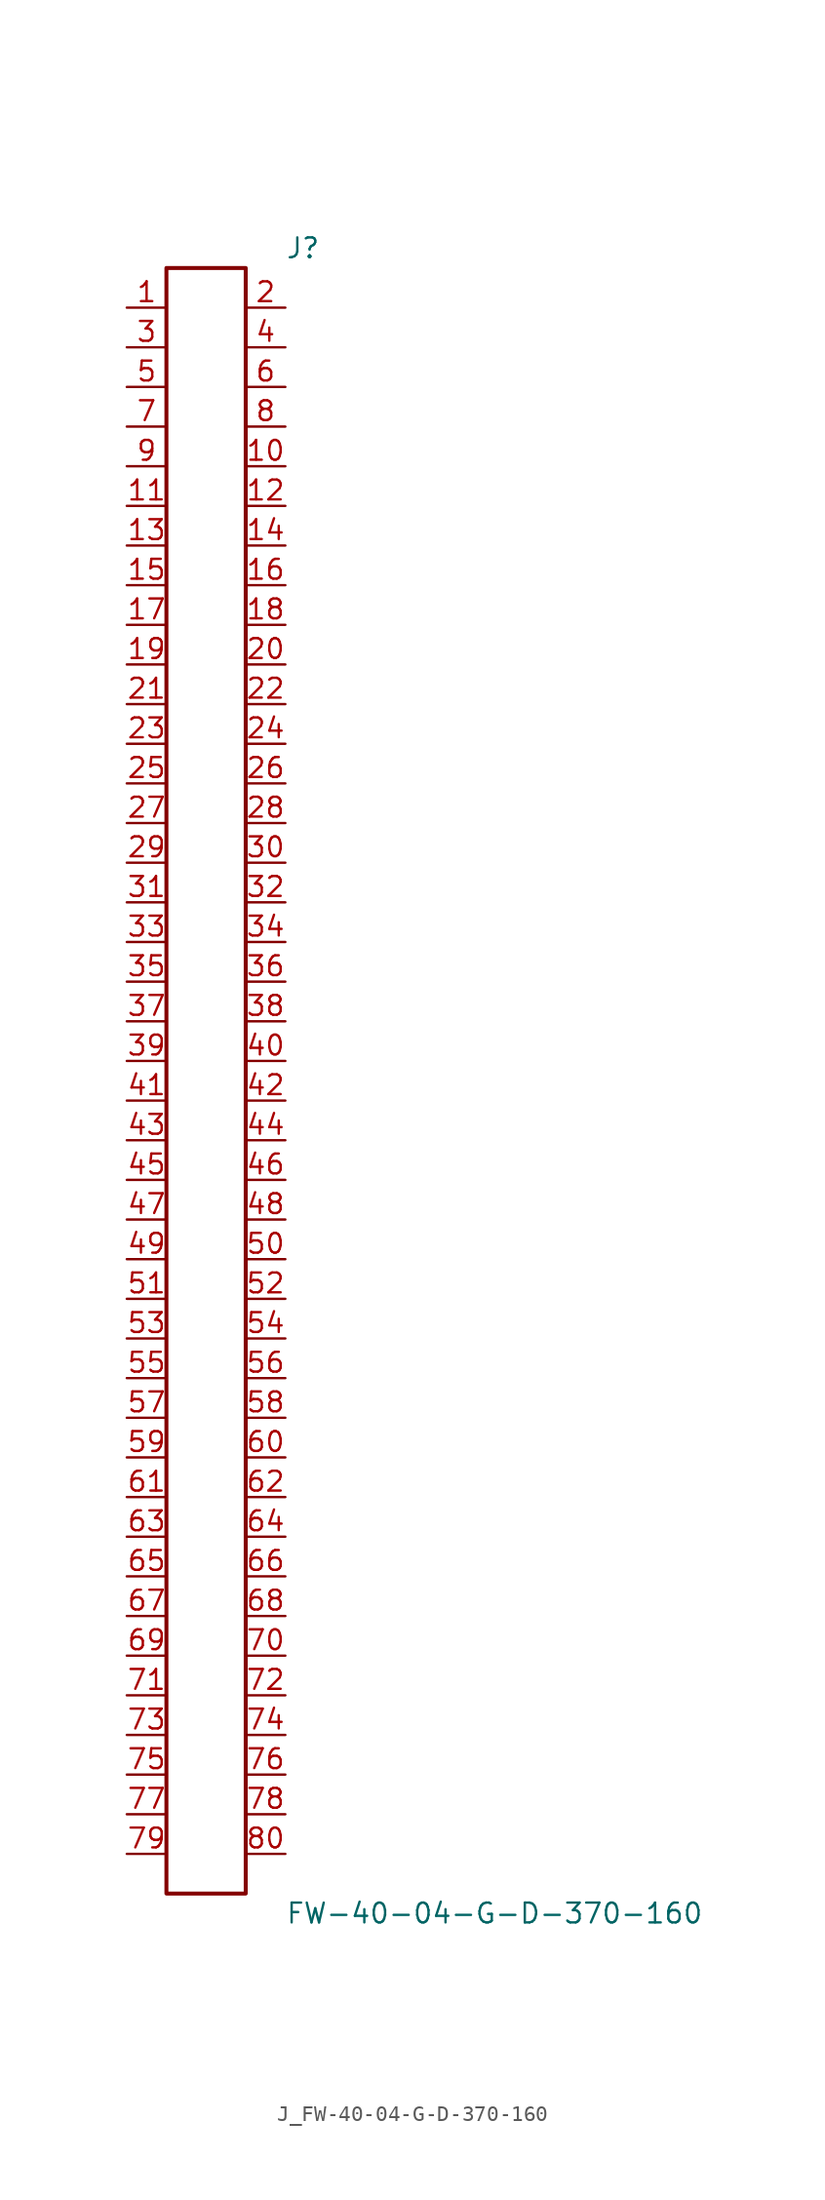
<source format=kicad_sym>
(kicad_symbol_lib
  (version 20231120)
  (generator kicad_symbol_editor)
  (generator_version 8.0)
  (symbol "J_FW-40-04-G-D-370-160"
    (pin_names
      (offset 0.254))
    (property "Reference" "J"
      (at 5.08 53.34 0)
      (effects (font (size 1.27 1.27)) (justify left)))
    (property "Value" "FW-40-04-G-D-370-160"
      (at 5.08 -53.34 0)
      (effects (font (size 1.27 1.27)) (justify left)))
    (symbol "J_FW-40-04-G-D-370-160_0_0"
      (pin unspecified line (at -5.08 49.53 0) (length 2.54) (name "" (effects (font (size 1.27 1.27)))) (number "1" (effects (font (size 1.27 1.27)))))
      (pin unspecified line (at 5.08 49.53 180) (length 2.54) (name "" (effects (font (size 1.27 1.27)))) (number "2" (effects (font (size 1.27 1.27)))))
      (pin unspecified line (at -5.08 46.99 0) (length 2.54) (name "" (effects (font (size 1.27 1.27)))) (number "3" (effects (font (size 1.27 1.27)))))
      (pin unspecified line (at 5.08 46.99 180) (length 2.54) (name "" (effects (font (size 1.27 1.27)))) (number "4" (effects (font (size 1.27 1.27)))))
      (pin unspecified line (at -5.08 44.45 0) (length 2.54) (name "" (effects (font (size 1.27 1.27)))) (number "5" (effects (font (size 1.27 1.27)))))
      (pin unspecified line (at 5.08 44.45 180) (length 2.54) (name "" (effects (font (size 1.27 1.27)))) (number "6" (effects (font (size 1.27 1.27)))))
      (pin unspecified line (at -5.08 41.91 0) (length 2.54) (name "" (effects (font (size 1.27 1.27)))) (number "7" (effects (font (size 1.27 1.27)))))
      (pin unspecified line (at 5.08 41.91 180) (length 2.54) (name "" (effects (font (size 1.27 1.27)))) (number "8" (effects (font (size 1.27 1.27)))))
      (pin unspecified line (at -5.08 39.37 0) (length 2.54) (name "" (effects (font (size 1.27 1.27)))) (number "9" (effects (font (size 1.27 1.27)))))
      (pin unspecified line (at 5.08 39.37 180) (length 2.54) (name "" (effects (font (size 1.27 1.27)))) (number "10" (effects (font (size 1.27 1.27)))))
      (pin unspecified line (at -5.08 36.83 0) (length 2.54) (name "" (effects (font (size 1.27 1.27)))) (number "11" (effects (font (size 1.27 1.27)))))
      (pin unspecified line (at 5.08 36.83 180) (length 2.54) (name "" (effects (font (size 1.27 1.27)))) (number "12" (effects (font (size 1.27 1.27)))))
      (pin unspecified line (at -5.08 34.29 0) (length 2.54) (name "" (effects (font (size 1.27 1.27)))) (number "13" (effects (font (size 1.27 1.27)))))
      (pin unspecified line (at 5.08 34.29 180) (length 2.54) (name "" (effects (font (size 1.27 1.27)))) (number "14" (effects (font (size 1.27 1.27)))))
      (pin unspecified line (at -5.08 31.75 0) (length 2.54) (name "" (effects (font (size 1.27 1.27)))) (number "15" (effects (font (size 1.27 1.27)))))
      (pin unspecified line (at 5.08 31.75 180) (length 2.54) (name "" (effects (font (size 1.27 1.27)))) (number "16" (effects (font (size 1.27 1.27)))))
      (pin unspecified line (at -5.08 29.21 0) (length 2.54) (name "" (effects (font (size 1.27 1.27)))) (number "17" (effects (font (size 1.27 1.27)))))
      (pin unspecified line (at 5.08 29.21 180) (length 2.54) (name "" (effects (font (size 1.27 1.27)))) (number "18" (effects (font (size 1.27 1.27)))))
      (pin unspecified line (at -5.08 26.67 0) (length 2.54) (name "" (effects (font (size 1.27 1.27)))) (number "19" (effects (font (size 1.27 1.27)))))
      (pin unspecified line (at 5.08 26.67 180) (length 2.54) (name "" (effects (font (size 1.27 1.27)))) (number "20" (effects (font (size 1.27 1.27)))))
      (pin unspecified line (at -5.08 24.13 0) (length 2.54) (name "" (effects (font (size 1.27 1.27)))) (number "21" (effects (font (size 1.27 1.27)))))
      (pin unspecified line (at 5.08 24.13 180) (length 2.54) (name "" (effects (font (size 1.27 1.27)))) (number "22" (effects (font (size 1.27 1.27)))))
      (pin unspecified line (at -5.08 21.59 0) (length 2.54) (name "" (effects (font (size 1.27 1.27)))) (number "23" (effects (font (size 1.27 1.27)))))
      (pin unspecified line (at 5.08 21.59 180) (length 2.54) (name "" (effects (font (size 1.27 1.27)))) (number "24" (effects (font (size 1.27 1.27)))))
      (pin unspecified line (at -5.08 19.05 0) (length 2.54) (name "" (effects (font (size 1.27 1.27)))) (number "25" (effects (font (size 1.27 1.27)))))
      (pin unspecified line (at 5.08 19.05 180) (length 2.54) (name "" (effects (font (size 1.27 1.27)))) (number "26" (effects (font (size 1.27 1.27)))))
      (pin unspecified line (at -5.08 16.51 0) (length 2.54) (name "" (effects (font (size 1.27 1.27)))) (number "27" (effects (font (size 1.27 1.27)))))
      (pin unspecified line (at 5.08 16.51 180) (length 2.54) (name "" (effects (font (size 1.27 1.27)))) (number "28" (effects (font (size 1.27 1.27)))))
      (pin unspecified line (at -5.08 13.97 0) (length 2.54) (name "" (effects (font (size 1.27 1.27)))) (number "29" (effects (font (size 1.27 1.27)))))
      (pin unspecified line (at 5.08 13.97 180) (length 2.54) (name "" (effects (font (size 1.27 1.27)))) (number "30" (effects (font (size 1.27 1.27)))))
      (pin unspecified line (at -5.08 11.43 0) (length 2.54) (name "" (effects (font (size 1.27 1.27)))) (number "31" (effects (font (size 1.27 1.27)))))
      (pin unspecified line (at 5.08 11.43 180) (length 2.54) (name "" (effects (font (size 1.27 1.27)))) (number "32" (effects (font (size 1.27 1.27)))))
      (pin unspecified line (at -5.08 8.89 0) (length 2.54) (name "" (effects (font (size 1.27 1.27)))) (number "33" (effects (font (size 1.27 1.27)))))
      (pin unspecified line (at 5.08 8.89 180) (length 2.54) (name "" (effects (font (size 1.27 1.27)))) (number "34" (effects (font (size 1.27 1.27)))))
      (pin unspecified line (at -5.08 6.35 0) (length 2.54) (name "" (effects (font (size 1.27 1.27)))) (number "35" (effects (font (size 1.27 1.27)))))
      (pin unspecified line (at 5.08 6.35 180) (length 2.54) (name "" (effects (font (size 1.27 1.27)))) (number "36" (effects (font (size 1.27 1.27)))))
      (pin unspecified line (at -5.08 3.81 0) (length 2.54) (name "" (effects (font (size 1.27 1.27)))) (number "37" (effects (font (size 1.27 1.27)))))
      (pin unspecified line (at 5.08 3.81 180) (length 2.54) (name "" (effects (font (size 1.27 1.27)))) (number "38" (effects (font (size 1.27 1.27)))))
      (pin unspecified line (at -5.08 1.27 0) (length 2.54) (name "" (effects (font (size 1.27 1.27)))) (number "39" (effects (font (size 1.27 1.27)))))
      (pin unspecified line (at 5.08 1.27 180) (length 2.54) (name "" (effects (font (size 1.27 1.27)))) (number "40" (effects (font (size 1.27 1.27)))))
      (pin unspecified line (at -5.08 -1.27 0) (length 2.54) (name "" (effects (font (size 1.27 1.27)))) (number "41" (effects (font (size 1.27 1.27)))))
      (pin unspecified line (at 5.08 -1.27 180) (length 2.54) (name "" (effects (font (size 1.27 1.27)))) (number "42" (effects (font (size 1.27 1.27)))))
      (pin unspecified line (at -5.08 -3.81 0) (length 2.54) (name "" (effects (font (size 1.27 1.27)))) (number "43" (effects (font (size 1.27 1.27)))))
      (pin unspecified line (at 5.08 -3.81 180) (length 2.54) (name "" (effects (font (size 1.27 1.27)))) (number "44" (effects (font (size 1.27 1.27)))))
      (pin unspecified line (at -5.08 -6.35 0) (length 2.54) (name "" (effects (font (size 1.27 1.27)))) (number "45" (effects (font (size 1.27 1.27)))))
      (pin unspecified line (at 5.08 -6.35 180) (length 2.54) (name "" (effects (font (size 1.27 1.27)))) (number "46" (effects (font (size 1.27 1.27)))))
      (pin unspecified line (at -5.08 -8.89 0) (length 2.54) (name "" (effects (font (size 1.27 1.27)))) (number "47" (effects (font (size 1.27 1.27)))))
      (pin unspecified line (at 5.08 -8.89 180) (length 2.54) (name "" (effects (font (size 1.27 1.27)))) (number "48" (effects (font (size 1.27 1.27)))))
      (pin unspecified line (at -5.08 -11.43 0) (length 2.54) (name "" (effects (font (size 1.27 1.27)))) (number "49" (effects (font (size 1.27 1.27)))))
      (pin unspecified line (at 5.08 -11.43 180) (length 2.54) (name "" (effects (font (size 1.27 1.27)))) (number "50" (effects (font (size 1.27 1.27)))))
      (pin unspecified line (at -5.08 -13.97 0) (length 2.54) (name "" (effects (font (size 1.27 1.27)))) (number "51" (effects (font (size 1.27 1.27)))))
      (pin unspecified line (at 5.08 -13.97 180) (length 2.54) (name "" (effects (font (size 1.27 1.27)))) (number "52" (effects (font (size 1.27 1.27)))))
      (pin unspecified line (at -5.08 -16.51 0) (length 2.54) (name "" (effects (font (size 1.27 1.27)))) (number "53" (effects (font (size 1.27 1.27)))))
      (pin unspecified line (at 5.08 -16.51 180) (length 2.54) (name "" (effects (font (size 1.27 1.27)))) (number "54" (effects (font (size 1.27 1.27)))))
      (pin unspecified line (at -5.08 -19.05 0) (length 2.54) (name "" (effects (font (size 1.27 1.27)))) (number "55" (effects (font (size 1.27 1.27)))))
      (pin unspecified line (at 5.08 -19.05 180) (length 2.54) (name "" (effects (font (size 1.27 1.27)))) (number "56" (effects (font (size 1.27 1.27)))))
      (pin unspecified line (at -5.08 -21.59 0) (length 2.54) (name "" (effects (font (size 1.27 1.27)))) (number "57" (effects (font (size 1.27 1.27)))))
      (pin unspecified line (at 5.08 -21.59 180) (length 2.54) (name "" (effects (font (size 1.27 1.27)))) (number "58" (effects (font (size 1.27 1.27)))))
      (pin unspecified line (at -5.08 -24.13 0) (length 2.54) (name "" (effects (font (size 1.27 1.27)))) (number "59" (effects (font (size 1.27 1.27)))))
      (pin unspecified line (at 5.08 -24.13 180) (length 2.54) (name "" (effects (font (size 1.27 1.27)))) (number "60" (effects (font (size 1.27 1.27)))))
      (pin unspecified line (at -5.08 -26.67 0) (length 2.54) (name "" (effects (font (size 1.27 1.27)))) (number "61" (effects (font (size 1.27 1.27)))))
      (pin unspecified line (at 5.08 -26.67 180) (length 2.54) (name "" (effects (font (size 1.27 1.27)))) (number "62" (effects (font (size 1.27 1.27)))))
      (pin unspecified line (at -5.08 -29.21 0) (length 2.54) (name "" (effects (font (size 1.27 1.27)))) (number "63" (effects (font (size 1.27 1.27)))))
      (pin unspecified line (at 5.08 -29.21 180) (length 2.54) (name "" (effects (font (size 1.27 1.27)))) (number "64" (effects (font (size 1.27 1.27)))))
      (pin unspecified line (at -5.08 -31.75 0) (length 2.54) (name "" (effects (font (size 1.27 1.27)))) (number "65" (effects (font (size 1.27 1.27)))))
      (pin unspecified line (at 5.08 -31.75 180) (length 2.54) (name "" (effects (font (size 1.27 1.27)))) (number "66" (effects (font (size 1.27 1.27)))))
      (pin unspecified line (at -5.08 -34.29 0) (length 2.54) (name "" (effects (font (size 1.27 1.27)))) (number "67" (effects (font (size 1.27 1.27)))))
      (pin unspecified line (at 5.08 -34.29 180) (length 2.54) (name "" (effects (font (size 1.27 1.27)))) (number "68" (effects (font (size 1.27 1.27)))))
      (pin unspecified line (at -5.08 -36.83 0) (length 2.54) (name "" (effects (font (size 1.27 1.27)))) (number "69" (effects (font (size 1.27 1.27)))))
      (pin unspecified line (at 5.08 -36.83 180) (length 2.54) (name "" (effects (font (size 1.27 1.27)))) (number "70" (effects (font (size 1.27 1.27)))))
      (pin unspecified line (at -5.08 -39.37 0) (length 2.54) (name "" (effects (font (size 1.27 1.27)))) (number "71" (effects (font (size 1.27 1.27)))))
      (pin unspecified line (at 5.08 -39.37 180) (length 2.54) (name "" (effects (font (size 1.27 1.27)))) (number "72" (effects (font (size 1.27 1.27)))))
      (pin unspecified line (at -5.08 -41.91 0) (length 2.54) (name "" (effects (font (size 1.27 1.27)))) (number "73" (effects (font (size 1.27 1.27)))))
      (pin unspecified line (at 5.08 -41.91 180) (length 2.54) (name "" (effects (font (size 1.27 1.27)))) (number "74" (effects (font (size 1.27 1.27)))))
      (pin unspecified line (at -5.08 -44.45 0) (length 2.54) (name "" (effects (font (size 1.27 1.27)))) (number "75" (effects (font (size 1.27 1.27)))))
      (pin unspecified line (at 5.08 -44.45 180) (length 2.54) (name "" (effects (font (size 1.27 1.27)))) (number "76" (effects (font (size 1.27 1.27)))))
      (pin unspecified line (at -5.08 -46.99 0) (length 2.54) (name "" (effects (font (size 1.27 1.27)))) (number "77" (effects (font (size 1.27 1.27)))))
      (pin unspecified line (at 5.08 -46.99 180) (length 2.54) (name "" (effects (font (size 1.27 1.27)))) (number "78" (effects (font (size 1.27 1.27)))))
      (pin unspecified line (at -5.08 -49.53 0) (length 2.54) (name "" (effects (font (size 1.27 1.27)))) (number "79" (effects (font (size 1.27 1.27)))))
      (pin unspecified line (at 5.08 -49.53 180) (length 2.54) (name "" (effects (font (size 1.27 1.27)))) (number "80" (effects (font (size 1.27 1.27))))))
    (symbol "J_FW-40-04-G-D-370-160_1_0"
      (rectangle (start -2.54 52.07) (end 2.54 -52.07) (stroke (width 0.254) (type solid)) (fill (type none))))))
</source>
